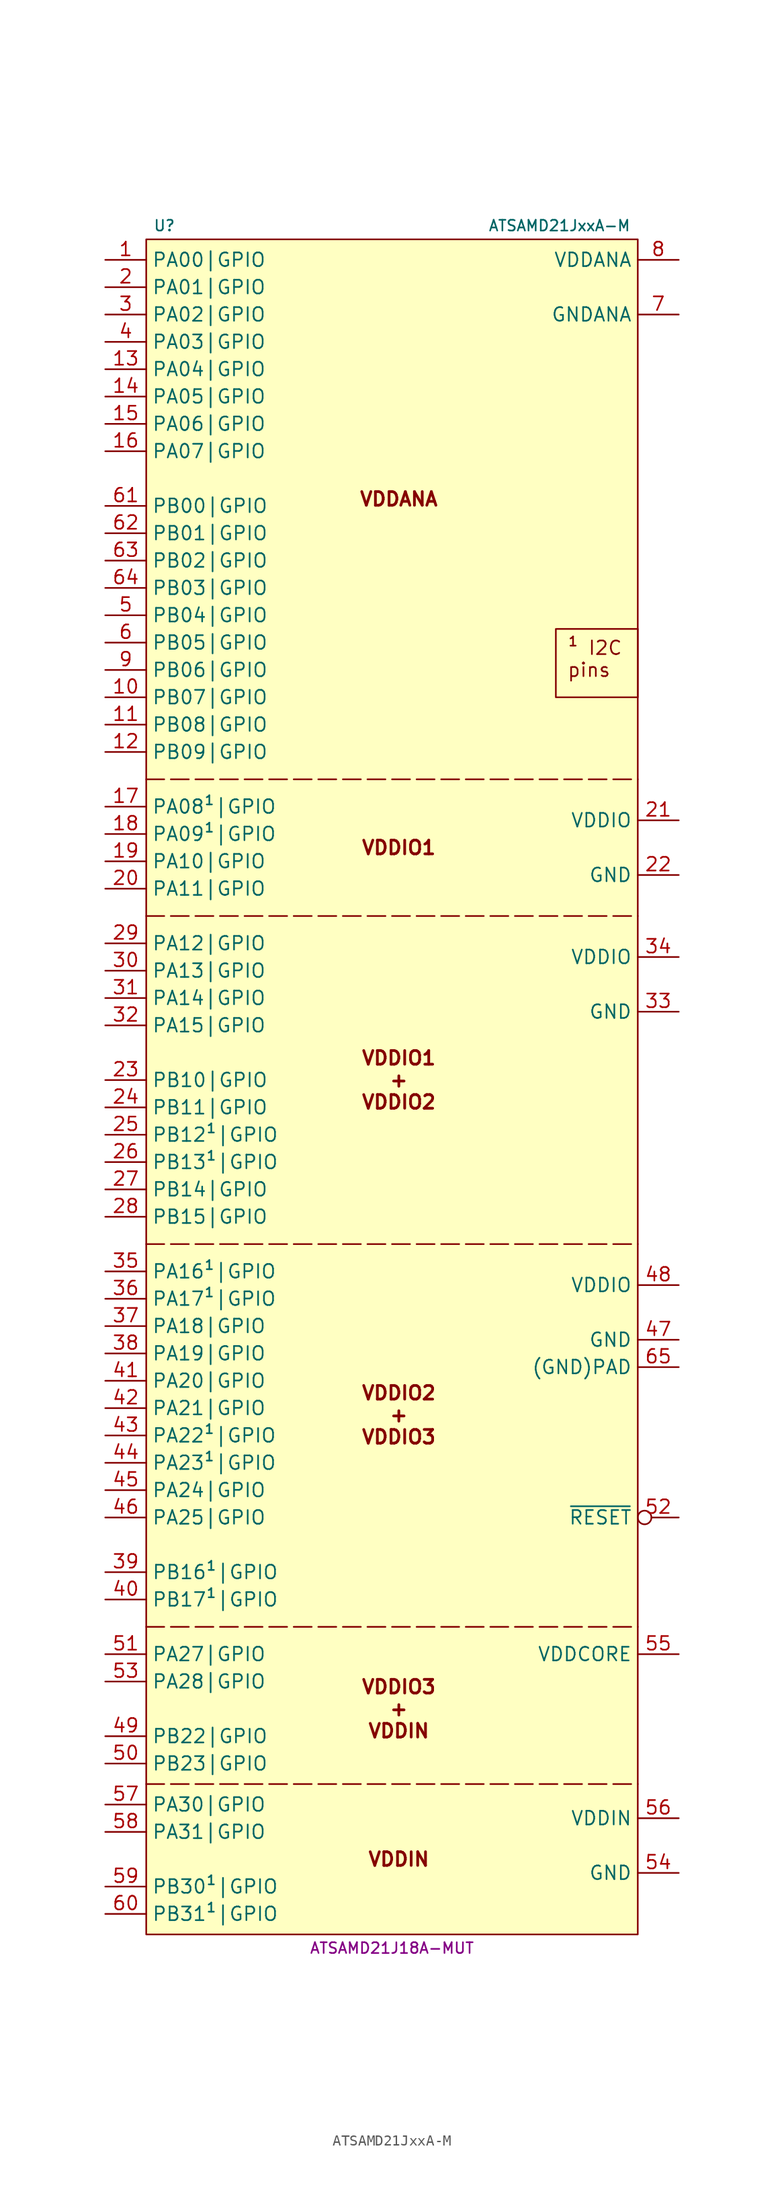
<source format=kicad_sym>
(kicad_symbol_lib
  (version 20231120)
  (generator "kicad_symbol_editor")
  (generator_version "8.0")
  (symbol "ATSAMD21JxxA-M"
    (property "Reference" "U"
      (at -22.225 75.565 0)
      (do_not_autoplace)
      (effects (font (size 1 1)) (justify left)))
    (property "Value" "ATSAMD21JxxA-M"
      (at 22.225 75.565 0)
      (do_not_autoplace)
      (effects (font (size 1 1)) (justify right)))
    (property "MPN" "ATSAMD21J18A-MUT"
      (at 0 -84.455 0)
      (do_not_autoplace)
      (effects (font (size 1 1))))
    (symbol "ATSAMD21JxxA-M_0_1"
      (rectangle (start -22.86 74.295) (end 22.86 -83.185) (stroke (width 0.152) (type default)) (fill (type background))))
    (symbol "ATSAMD21JxxA-M_1_1"
      (polyline (pts (xy -22.86 -69.215) (xy 22.86 -69.215)) (stroke (width 0) (type dash)) (fill (type none)))
      (polyline (pts (xy -22.86 -54.61) (xy 22.86 -54.61)) (stroke (width 0) (type dash)) (fill (type none)))
      (polyline (pts (xy -22.86 -19.05) (xy 22.86 -19.05)) (stroke (width 0) (type dash)) (fill (type none)))
      (polyline (pts (xy -22.86 11.43) (xy 22.86 11.43)) (stroke (width 0) (type dash)) (fill (type none)))
      (polyline (pts (xy -22.86 24.13) (xy 22.86 24.13)) (stroke (width 0) (type dash)) (fill (type none)))
      (text "VDDANA" (at 0.635 50.165 0) (effects (font (size 1.27 1.27) (bold yes))))
      (text "VDDIN" (at 0.635 -76.2 0) (effects (font (size 1.27 1.27) (bold yes))))
      (text "VDDIO1" (at 0.635 17.78 0) (effects (font (size 1.27 1.27) (bold yes))))
      (text "VDDIO1\n+\nVDDIO2" (at 0.635 -3.81 0) (effects (font (size 1.27 1.27) (bold yes))))
      (text "VDDIO2\n+\nVDDIO3" (at 0.635 -34.925 0) (effects (font (size 1.27 1.27) (bold yes))))
      (text "VDDIO3\n+\nVDDIN" (at 0.635 -62.23 0) (effects (font (size 1.27 1.27) (bold yes))))
      (text_box "¹ I2C pins" (at 15.24 38.1 0) (size 7.62 -6.35) (stroke (width 0) (type default)) (fill (type none)) (effects (font (size 1.27 1.27)) (justify left top)))
      (pin tri_state line (at -26.67 72.39 0) (length 3.81) (name "PA00|GPIO" (effects (font (size 1.27 1.27)))) (number "1" (effects (font (size 1.27 1.27)))) (alternate "PA00|A:EXTINT.0" input line) (alternate "PA00|D0:SERCOM1.MI/SI" input line) (alternate "PA00|D0:SERCOM1.MO/SO" output line) (alternate "PA00|D0:SERCOM1.RX" input line) (alternate "PA00|D0:SERCOM1.TX" output line) (alternate "PA00|D2:SERCOM1.TX" output line) (alternate "PA00|D3:SERCOM1.MO/SO" output line) (alternate "PA00|D:SERCOM1.PAD0" bidirectional line) (alternate "PA00|E:TCC2.WO0" output line) (alternate "XIN32" input clock))
      (pin tri_state line (at -26.67 31.75 0) (length 3.81) (name "PB07|GPIO" (effects (font (size 1.27 1.27)))) (number "10" (effects (font (size 1.27 1.27)))) (alternate "PB07|A:EXTINT.7" input line) (alternate "PB07|B:ADC.IN15" input line) (alternate "PB07|B:PTC.Y13" bidirectional line))
      (pin tri_state line (at -26.67 29.21 0) (length 3.81) (name "PB08|GPIO" (effects (font (size 1.27 1.27)))) (number "11" (effects (font (size 1.27 1.27)))) (alternate "PB08|A:EXTINT.8" input line) (alternate "PB08|B:ADC.IN2" input line) (alternate "PB08|B:PTC.Y14" bidirectional line) (alternate "PB08|D0:SERCOM4.MI/SI" input line) (alternate "PB08|D0:SERCOM4.MO/SO" output line) (alternate "PB08|D0:SERCOM4.RX" input line) (alternate "PB08|D0:SERCOM4.TX" output line) (alternate "PB08|D2:SERCOM4.TX" output line) (alternate "PB08|D3:SERCOM4.MO/SO" output line) (alternate "PB08|D:SERCOM4.PAD0" bidirectional line) (alternate "PB08|E:TC4.WO0" output line) (alternate "PB08|F:TCC3.WO6" output line))
      (pin tri_state line (at -26.67 26.67 0) (length 3.81) (name "PB09|GPIO" (effects (font (size 1.27 1.27)))) (number "12" (effects (font (size 1.27 1.27)))) (alternate "PB09|A:EXTINT.9" input line) (alternate "PB09|B:ADC.IN3" input line) (alternate "PB09|B:PTC.Y15" bidirectional line) (alternate "PB09|D0:SERCOM4.SCK" bidirectional clock) (alternate "PB09|D0:SERCOM4.XCK" bidirectional clock) (alternate "PB09|D1:SERCOM4.MI/SI" input line) (alternate "PB09|D1:SERCOM4.RX" input line) (alternate "PB09|D1:SERCOM4.~{SS}" bidirectional inverted) (alternate "PB09|D2:SERCOM4.SCK" bidirectional clock) (alternate "PB09|D3:SERCOM4.~{SS}" bidirectional inverted) (alternate "PB09|D:SERCOM4.PAD1" bidirectional line) (alternate "PB09|E:TC4.WO1" output line) (alternate "PB09|F:TCC3.WO7" output line))
      (pin tri_state line (at -26.67 62.23 0) (length 3.81) (name "PA04|GPIO" (effects (font (size 1.27 1.27)))) (number "13" (effects (font (size 1.27 1.27)))) (alternate "PA04|A:EXTINT.4" input line) (alternate "PA04|B:AC.IN0" input line) (alternate "PA04|B:ADC.IN4" input line) (alternate "PA04|B:ADC.VREFB" input line) (alternate "PA04|B:PTC.Y2" bidirectional line) (alternate "PA04|D0:SERCOM0.MI/SI" input line) (alternate "PA04|D0:SERCOM0.MO/SO" output line) (alternate "PA04|D0:SERCOM0.RX" input line) (alternate "PA04|D0:SERCOM0.TX" output line) (alternate "PA04|D2:SERCOM0.TX" output line) (alternate "PA04|D3:SERCOM0.MO/SO" output line) (alternate "PA04|D:SERCOM0.PAD0" bidirectional line) (alternate "PA04|E:TCC0.WO0" output line) (alternate "PA04|F:TCC3.WO2" output line))
      (pin tri_state line (at -26.67 59.69 0) (length 3.81) (name "PA05|GPIO" (effects (font (size 1.27 1.27)))) (number "14" (effects (font (size 1.27 1.27)))) (alternate "PA05|A:EXTINT.5" input line) (alternate "PA05|B:AC.IN1" input line) (alternate "PA05|B:ADC.IN5" input line) (alternate "PA05|B:PTC.Y3" bidirectional line) (alternate "PA05|D0:SERCOM0.SCK" bidirectional clock) (alternate "PA05|D0:SERCOM0.XCK" bidirectional clock) (alternate "PA05|D1:SERCOM0.MI/SI" input line) (alternate "PA05|D1:SERCOM0.RX" input line) (alternate "PA05|D1:SERCOM0.~{SS}" bidirectional inverted) (alternate "PA05|D2:SERCOM0.SCK" bidirectional clock) (alternate "PA05|D3:SERCOM0.~{SS}" bidirectional inverted) (alternate "PA05|D:SERCOM0.PAD1" bidirectional line))
      (pin tri_state line (at -26.67 57.15 0) (length 3.81) (name "PA06|GPIO" (effects (font (size 1.27 1.27)))) (number "15" (effects (font (size 1.27 1.27)))) (alternate "PA06|A:EXTINT.6" input line) (alternate "PA06|B:AC.IN2" input line) (alternate "PA06|B:ADC.IN6" input line) (alternate "PA06|D0:SERCOM0.~{SS}" bidirectional inverted) (alternate "PA06|D1:SERCOM0.MO/SO" output line) (alternate "PA06|D1:SERCOM0.TX" output line) (alternate "PA06|D2:SERCOM0.MI/SI" input line) (alternate "PA06|D2:SERCOM0.RX" input line) (alternate "PA06|D2:SERCOM0.~{RTS}" output inverted) (alternate "PA06|D2:SERCOM0.~{SS}" bidirectional inverted) (alternate "PA06|D:SERCOM0.PAD2" bidirectional line))
      (pin tri_state line (at -26.67 54.61 0) (length 3.81) (name "PA07|GPIO" (effects (font (size 1.27 1.27)))) (number "16" (effects (font (size 1.27 1.27)))) (alternate "PA07|A:EXTINT.7" input line) (alternate "PA07|B:AC.IN3" input line) (alternate "PA07|B:ADC.IN7" input line) (alternate "PA07|B:PTC.Y5" bidirectional line) (alternate "PA07|D1:SERCOM0.SCK" bidirectional clock) (alternate "PA07|D1:SERCOM0.XCK" bidirectional clock) (alternate "PA07|D2:SERCOM0.MO/SO" output line) (alternate "PA07|D2:SERCOM0.~{CTS}" input inverted) (alternate "PA07|D3:SERCOM0.MI/SI" input line) (alternate "PA07|D3:SERCOM0.RX" input line) (alternate "PA07|D3:SERCOM0.SCK" bidirectional clock) (alternate "PA07|D:SERCOM0.PAD3" bidirectional line) (alternate "PA07|E:TCC1.WO1" output line) (alternate "PA07|F:TCC3.WO5" output line) (alternate "PA07|G:I2S.SD0" bidirectional line))
      (pin tri_state line (at -26.67 21.59 0) (length 3.81) (name "PA08¹|GPIO" (effects (font (size 1.27 1.27)))) (number "17" (effects (font (size 1.27 1.27)))) (alternate "PA08¹|A:NMI" input line) (alternate "PA08¹|B:ADC.IN16" input line) (alternate "PA08¹|B:PTC.X0" input line) (alternate "PA08¹|C0:SERCOM0.MI/SI" input line) (alternate "PA08¹|C0:SERCOM0.MO/SO" output line) (alternate "PA08¹|C0:SERCOM0.RX" input line) (alternate "PA08¹|C0:SERCOM0.TX" output line) (alternate "PA08¹|C2:SERCOM0.MO/SO" output line) (alternate "PA08¹|C2:SERCOM0.TX" output line) (alternate "PA08¹|C:SERCOM0.PAD0" bidirectional line) (alternate "PA08¹|C:SERCOM0.SDA" open_collector line) (alternate "PA08¹|D0:SERCOM2.MI/SI" input line) (alternate "PA08¹|D0:SERCOM2.MO/SO" output line) (alternate "PA08¹|D0:SERCOM2.RX" input line) (alternate "PA08¹|D0:SERCOM2.TX" output line) (alternate "PA08¹|D2:SERCOM2.MO/SO" output line) (alternate "PA08¹|D2:SERCOM2.TX" output line) (alternate "PA08¹|D:SERCOM2.PAD0" bidirectional line) (alternate "PA08¹|D:SERCOM2.SDA" open_collector line) (alternate "PA08¹|E:TCC0.WO0" output line) (alternate "PA08¹|F:TCC1.WO2" bidirectional line) (alternate "PA08¹|G:I2S.SD1" bidirectional line))
      (pin tri_state line (at -26.67 19.05 0) (length 3.81) (name "PA09¹|GPIO" (effects (font (size 1.27 1.27)))) (number "18" (effects (font (size 1.27 1.27)))) (alternate "PA09¹|A:EXTINT.9" input line) (alternate "PA09¹|B:ADC.IN17" input line) (alternate "PA09¹|B:PTC.X1" input line) (alternate "PA09¹|C0:SERCOM0.SCK" bidirectional clock) (alternate "PA09¹|C0:SERCOM0.XCK" bidirectional clock) (alternate "PA09¹|C1:SERCOM0.MI/SI" input line) (alternate "PA09¹|C1:SERCOM0.RX" input line) (alternate "PA09¹|C1:SERCOM0.~{SS}" bidirectional inverted) (alternate "PA09¹|C2:SERCOM0.SCK" bidirectional clock) (alternate "PA09¹|C3:SERCOM0.~{SS}" bidirectional inverted) (alternate "PA09¹|C:SERCOM0.PAD1" bidirectional line) (alternate "PA09¹|C:SERCOM0.SCL" open_collector clock) (alternate "PA09¹|D0:SERCOM2.SCK" bidirectional clock) (alternate "PA09¹|D0:SERCOM2.XCK" bidirectional clock) (alternate "PA09¹|D1:SERCOM2.MI/SI" input line) (alternate "PA09¹|D1:SERCOM2.RX" input line) (alternate "PA09¹|D1:SERCOM2.~{SS}" bidirectional inverted) (alternate "PA09¹|D2:SERCOM2.SCK" bidirectional clock) (alternate "PA09¹|D3:SERCOM2.~{SS}" bidirectional inverted) (alternate "PA09¹|D:SERCOM2.PAD1" bidirectional line) (alternate "PA09¹|D:SERCOM2.SCL" open_collector clock) (alternate "PA09¹|E:TCC0.WO1" output line) (alternate "PA09¹|F:TCC1.WO3" output line) (alternate "PA09¹|G:I2S.MCK0" bidirectional clock))
      (pin tri_state line (at -26.67 16.51 0) (length 3.81) (name "PA10|GPIO" (effects (font (size 1.27 1.27)))) (number "19" (effects (font (size 1.27 1.27)))) (alternate "PA10|A:EXTINT.10" input line) (alternate "PA10|B:ADC.IN18" input line) (alternate "PA10|B:PTC.X2" input line) (alternate "PA10|C0:SERCOM0.~{SS}" bidirectional inverted) (alternate "PA10|C1:SERCOM0.MO/SO" output line) (alternate "PA10|C1:SERCOM0.TX" output line) (alternate "PA10|C2:SERCOM0.MI/SI" input line) (alternate "PA10|C2:SERCOM0.RX" input line) (alternate "PA10|C2:SERCOM0.~{RTS}" output inverted) (alternate "PA10|C2:SERCOM0.~{SS}" bidirectional inverted) (alternate "PA10|C:SERCOM0.PAD2" bidirectional line) (alternate "PA10|D0:SERCOM2.~{SS}" bidirectional inverted) (alternate "PA10|D1:SERCOM2.MO/SO" output line) (alternate "PA10|D1:SERCOM2.TX" output line) (alternate "PA10|D2:SERCOM2.MI/SI" input line) (alternate "PA10|D2:SERCOM2.RX" input line) (alternate "PA10|D2:SERCOM2.~{RTS}" output inverted) (alternate "PA10|D2:SERCOM2.~{SS}" bidirectional inverted) (alternate "PA10|D:SERCOM2.PAD2" bidirectional line) (alternate "PA10|E:TCC0.WO2" output line) (alternate "PA10|F:TCC1.WO0" output line) (alternate "PA10|G:I2S.SCK0" bidirectional clock) (alternate "PA10|H:GCLK.IO4" bidirectional clock))
      (pin tri_state line (at -26.67 69.85 0) (length 3.81) (name "PA01|GPIO" (effects (font (size 1.27 1.27)))) (number "2" (effects (font (size 1.27 1.27)))) (alternate "PA01|A:EXTINT.1" input line) (alternate "PA01|D0:SERCOM1.SCK" bidirectional clock) (alternate "PA01|D0:SERCOM1.XCK" bidirectional clock) (alternate "PA01|D1:SERCOM1.MI/SI" input line) (alternate "PA01|D1:SERCOM1.RX" input line) (alternate "PA01|D1:SERCOM1.~{SS}" bidirectional inverted) (alternate "PA01|D2:SERCOM1.SCK" bidirectional clock) (alternate "PA01|D3:SERCOM1.~{SS}" bidirectional inverted) (alternate "PA01|D:SERCOM1.PAD1" bidirectional line) (alternate "PA01|E:TCC2.WO1" output line) (alternate "XOUT32" output clock))
      (pin tri_state line (at -26.67 13.97 0) (length 3.81) (name "PA11|GPIO" (effects (font (size 1.27 1.27)))) (number "20" (effects (font (size 1.27 1.27)))) (alternate "PA11|A:EXTINT.11" input line) (alternate "PA11|B:ADC.IN19" input line) (alternate "PA11|B:PTC.X3" input line) (alternate "PA11|C1:SERCOM0.SCK" bidirectional clock) (alternate "PA11|C1:SERCOM0.XCK" bidirectional clock) (alternate "PA11|C2:SERCOM0.MO/SO" output line) (alternate "PA11|C2:SERCOM0.~{CTS}" input inverted) (alternate "PA11|C3:SERCOM0.MI/SI" input line) (alternate "PA11|C3:SERCOM0.RX" input line) (alternate "PA11|C3:SERCOM0.SCK" bidirectional clock) (alternate "PA11|C:SERCOM0.PAD3" bidirectional line) (alternate "PA11|D1:SERCOM2.SCK" bidirectional clock) (alternate "PA11|D1:SERCOM2.XCK" bidirectional clock) (alternate "PA11|D2:SERCOM2.MO/SO" output line) (alternate "PA11|D2:SERCOM2.~{CTS}" input line) (alternate "PA11|D3:SERCOM2.MI/SI" input line) (alternate "PA11|D3:SERCOM2.RX" input line) (alternate "PA11|D3:SERCOM2.SCK" bidirectional clock) (alternate "PA11|D:SERCOM2.PAD3" bidirectional line) (alternate "PA11|E:TCC0.WO3" bidirectional line) (alternate "PA11|F:TCC1.WO1" bidirectional line) (alternate "PA11|G:I2S.FS0" bidirectional clock) (alternate "PA11|H:GCLK.IO5" bidirectional clock))
      (pin power_in line (at 26.67 20.32 180) (length 3.81) (name "VDDIO" (effects (font (size 1.27 1.27)))) (number "21" (effects (font (size 1.27 1.27)))))
      (pin power_in line (at 26.67 15.24 180) (length 3.81) (name "GND" (effects (font (size 1.27 1.27)))) (number "22" (effects (font (size 1.27 1.27)))))
      (pin tri_state line (at -26.67 -3.81 0) (length 3.81) (name "PB10|GPIO" (effects (font (size 1.27 1.27)))) (number "23" (effects (font (size 1.27 1.27)))) (alternate "PB10|A:EXTINT.10" input line) (alternate "PB10|D0:SERCOM4.~{SS}" bidirectional inverted) (alternate "PB10|D1:SERCOM4.MO/SO" output line) (alternate "PB10|D1:SERCOM4.TX" output line) (alternate "PB10|D2:SERCOM4.MI/SI" input line) (alternate "PB10|D2:SERCOM4.RX" input line) (alternate "PB10|D2:SERCOM4.~{RTS}" output inverted) (alternate "PB10|D2:SERCOM4.~{SS}" bidirectional inverted) (alternate "PB10|D:SERCOM4.PAD2" bidirectional line) (alternate "PB10|E:TC5.WO0" output line) (alternate "PB10|F:TCC0.WO4" output line) (alternate "PB10|G:I2S.MCK1" bidirectional clock) (alternate "PB10|H:GCLK.IO4" bidirectional clock))
      (pin tri_state line (at -26.67 -6.35 0) (length 3.81) (name "PB11|GPIO" (effects (font (size 1.27 1.27)))) (number "24" (effects (font (size 1.27 1.27)))) (alternate "PB11|A:EXTINT.11" input line) (alternate "PB11|D1:SERCOM4.SCK" bidirectional clock) (alternate "PB11|D1:SERCOM4.XCK" bidirectional clock) (alternate "PB11|D2:SERCOM4.MO/SO" output line) (alternate "PB11|D2:SERCOM4.~{CTS}" input inverted) (alternate "PB11|D3:SERCOM4.MI/SI" input line) (alternate "PB11|D3:SERCOM4.RX" input line) (alternate "PB11|D3:SERCOM4.SCK" bidirectional clock) (alternate "PB11|D:SERCOM4.PAD3" bidirectional line) (alternate "PB11|E:TC5.WO1" output line) (alternate "PB11|F:TCC0.WO5" output line) (alternate "PB11|G:I2S.SCK1" bidirectional clock) (alternate "PB11|H:GCLK.IO5" bidirectional clock))
      (pin tri_state line (at -26.67 -8.89 0) (length 3.81) (name "PB12¹|GPIO" (effects (font (size 1.27 1.27)))) (number "25" (effects (font (size 1.27 1.27)))) (alternate "PB12¹|A:EXTINT.12" input line) (alternate "PB12¹|B:PTC.X12" input line) (alternate "PB12¹|C0:SERCOM4.MI/SI" input line) (alternate "PB12¹|C0:SERCOM4.MO/SO" output line) (alternate "PB12¹|C0:SERCOM4.RX" input line) (alternate "PB12¹|C0:SERCOM4.TX" output line) (alternate "PB12¹|C2:SERCOM4.TX" output line) (alternate "PB12¹|C3:SERCOM4.MO/SO" output line) (alternate "PB12¹|C:SERCOM4.PAD0" bidirectional line) (alternate "PB12¹|C:SERCOM4.SDA" open_collector line) (alternate "PB12¹|E:TC4.WO0" output line) (alternate "PB12¹|F:TCC0.WO6" output line) (alternate "PB12¹|G:I2S.FS1" bidirectional clock) (alternate "PB12¹|H:GCLK.IO6" bidirectional clock))
      (pin tri_state line (at -26.67 -11.43 0) (length 3.81) (name "PB13¹|GPIO" (effects (font (size 1.27 1.27)))) (number "26" (effects (font (size 1.27 1.27)))) (alternate "PB13¹|A:EXTINT.13" input line) (alternate "PB13¹|B:PTC.X13" input line) (alternate "PB13¹|C0:SERCOM4.SCK" bidirectional clock) (alternate "PB13¹|C0:SERCOM4.XCK" bidirectional clock) (alternate "PB13¹|C1:SERCOM4.MI/SI" input line) (alternate "PB13¹|C1:SERCOM4.RX" input line) (alternate "PB13¹|C1:SERCOM4.~{SS}" bidirectional inverted) (alternate "PB13¹|C2:SERCOM4.SCK" bidirectional clock) (alternate "PB13¹|C3:SERCOM4.~{SS}" bidirectional inverted) (alternate "PB13¹|C:SERCOM4.PAD1" bidirectional line) (alternate "PB13¹|C:SERCOM4.SCL" open_collector clock) (alternate "PB13¹|E:TC4.WO1" output line) (alternate "PB13¹|F:TCC0.WO7" output line) (alternate "PB13¹|H:GCLK.IO7" bidirectional clock))
      (pin tri_state line (at -26.67 -13.97 0) (length 3.81) (name "PB14|GPIO" (effects (font (size 1.27 1.27)))) (number "27" (effects (font (size 1.27 1.27)))) (alternate "PB14|A:EXTINT.14" input line) (alternate "PB14|B:PTC.X14" input line) (alternate "PB14|C0:SERCOM4.~{SS}" bidirectional inverted) (alternate "PB14|C1:SERCOM4.MO/SO" output line) (alternate "PB14|C1:SERCOM4.TX" output line) (alternate "PB14|C2:SERCOM4.MI/SI" input line) (alternate "PB14|C2:SERCOM4.RX" input line) (alternate "PB14|C2:SERCOM4.~{RTS}" output inverted) (alternate "PB14|C2:SERCOM4.~{SS}" bidirectional inverted) (alternate "PB14|C:SERCOM4.PAD2" bidirectional line) (alternate "PB14|E:TC5.WO0" output line) (alternate "PB14|H:GCLK.IO0" bidirectional clock))
      (pin tri_state line (at -26.67 -16.51 0) (length 3.81) (name "PB15|GPIO" (effects (font (size 1.27 1.27)))) (number "28" (effects (font (size 1.27 1.27)))) (alternate "PB15|A:EXTINT.15" input line) (alternate "PB15|B:PTC.X15" input line) (alternate "PB15|C1:SERCOM4.SCK" bidirectional clock) (alternate "PB15|C1:SERCOM4.XCK" bidirectional clock) (alternate "PB15|C2:SERCOM4.MO/SO" output line) (alternate "PB15|C2:SERCOM4.~{CTS}" input inverted) (alternate "PB15|C3:SERCOM4.MI/SI" input line) (alternate "PB15|C3:SERCOM4.RX" input line) (alternate "PB15|C3:SERCOM4.SCK" bidirectional clock) (alternate "PB15|C:SERCOM4.PAD3" bidirectional line) (alternate "PB15|E:TC5.WO1" output line) (alternate "PB15|H:GCLK.IO1" bidirectional clock))
      (pin tri_state line (at -26.67 8.89 0) (length 3.81) (name "PA12|GPIO" (effects (font (size 1.27 1.27)))) (number "29" (effects (font (size 1.27 1.27)))) (alternate "PA12|A:EXTINT.12" input line) (alternate "PA12|C0:SERCOM2.MI/SI" input line) (alternate "PA12|C0:SERCOM2.MO/SO" output line) (alternate "PA12|C0:SERCOM2.RX" input line) (alternate "PA12|C0:SERCOM2.TX" output line) (alternate "PA12|C2:SERCOM2.TX" output line) (alternate "PA12|C3:SERCOM2.MO/SO" output line) (alternate "PA12|C:SERCOM2.PAD0" bidirectional line) (alternate "PA12|C:SERCOM2.SDA" open_collector line) (alternate "PA12|D0:SERCOM4.MI/SI" input line) (alternate "PA12|D0:SERCOM4.MO/SO" output line) (alternate "PA12|D0:SERCOM4.RX" input line) (alternate "PA12|D0:SERCOM4.TX" output line) (alternate "PA12|D2:SERCOM4.TX" output line) (alternate "PA12|D3:SERCOM4.MO/SO" output line) (alternate "PA12|D:SERCOM4.PAD0" bidirectional line) (alternate "PA12|D:SERCOM4.SDA" open_collector line) (alternate "PA12|E:TCC2.WO0" output line) (alternate "PA12|F:TCC0.WO6" output line) (alternate "PA12|H:AC.CMP0" output line))
      (pin tri_state line (at -26.67 67.31 0) (length 3.81) (name "PA02|GPIO" (effects (font (size 1.27 1.27)))) (number "3" (effects (font (size 1.27 1.27)))) (alternate "PA02|A:EXTINT.2" input line) (alternate "PA02|B:ADC.IN0" input line) (alternate "PA02|B:DAC.VOUT" output line) (alternate "PA02|B:PTC.Y0" bidirectional line) (alternate "PA02|F:TCC3.WO0" output line))
      (pin tri_state line (at -26.67 6.35 0) (length 3.81) (name "PA13|GPIO" (effects (font (size 1.27 1.27)))) (number "30" (effects (font (size 1.27 1.27)))) (alternate "PA13|A:EXTINT.13" input line) (alternate "PA13|C0:SERCOM2.SCK" bidirectional clock) (alternate "PA13|C0:SERCOM2.XCK" bidirectional clock) (alternate "PA13|C1:SERCOM2.MI/SI" input line) (alternate "PA13|C1:SERCOM2.RX" input line) (alternate "PA13|C1:SERCOM2.~{SS}" bidirectional inverted) (alternate "PA13|C2:SERCOM2.SCK" bidirectional clock) (alternate "PA13|C3:SERCOM2.~{SS}" bidirectional inverted) (alternate "PA13|C:SERCOM2.PAD1" bidirectional line) (alternate "PA13|C:SERCOM2.SCL" open_collector clock) (alternate "PA13|D0:SERCOM4.SCK" bidirectional clock) (alternate "PA13|D0:SERCOM4.XCK" bidirectional clock) (alternate "PA13|D1:SERCOM4.MI/SI" input line) (alternate "PA13|D1:SERCOM4.RX" input line) (alternate "PA13|D1:SERCOM4.~{SS}" bidirectional inverted) (alternate "PA13|D2:SERCOM4.SCK" bidirectional clock) (alternate "PA13|D3:SERCOM4.~{SS}" bidirectional inverted) (alternate "PA13|D:SERCOM4.PAD1" bidirectional line) (alternate "PA13|D:SERCOM4.SCL" open_collector clock) (alternate "PA13|E:TCC2.WO1" output line) (alternate "PA13|F:TCC0.WO7" output line) (alternate "PA13|H:AC.CMP1" output line))
      (pin tri_state line (at -26.67 3.81 0) (length 3.81) (name "PA14|GPIO" (effects (font (size 1.27 1.27)))) (number "31" (effects (font (size 1.27 1.27)))) (alternate "PA14|A:EXTINT.14" input line) (alternate "PA14|C0:SERCOM2.~{SS}" bidirectional inverted) (alternate "PA14|C1:SERCOM2.MO/SO" output line) (alternate "PA14|C1:SERCOM2.TX" output line) (alternate "PA14|C2:SERCOM2.MI/SI" input line) (alternate "PA14|C2:SERCOM2.RX" input line) (alternate "PA14|C2:SERCOM2.~{RTS}" output inverted) (alternate "PA14|C2:SERCOM2.~{SS}" bidirectional inverted) (alternate "PA14|C:SERCOM2.PAD2" bidirectional line) (alternate "PA14|D0:SERCOM4.~{SS}" bidirectional inverted) (alternate "PA14|D1:SERCOM4.MO/SO" output line) (alternate "PA14|D1:SERCOM4.TX" output line) (alternate "PA14|D2:SERCOM4.MI/SI" input line) (alternate "PA14|D2:SERCOM4.RX" input line) (alternate "PA14|D2:SERCOM4.~{RTS}" output inverted) (alternate "PA14|D2:SERCOM4.~{SS}" bidirectional inverted) (alternate "PA14|D:SERCOM4.PAD2" bidirectional line) (alternate "PA14|E:TC3.WO0" output line) (alternate "PA14|F:TCC0.WO4" output line) (alternate "PA14|H:GCLK.IO0" bidirectional clock) (alternate "XIN" input clock))
      (pin tri_state line (at -26.67 1.27 0) (length 3.81) (name "PA15|GPIO" (effects (font (size 1.27 1.27)))) (number "32" (effects (font (size 1.27 1.27)))) (alternate "PA15|C1:SERCOM2.SCK" bidirectional clock) (alternate "PA15|C1:SERCOM2.XCK" bidirectional clock) (alternate "PA15|C2:SERCOM2.MO/SO" output line) (alternate "PA15|C2:SERCOM2.~{CTS}" input inverted) (alternate "PA15|C3:SERCOM2.MI/SI" input line) (alternate "PA15|C3:SERCOM2.RX" input line) (alternate "PA15|C3:SERCOM2.SCK" bidirectional clock) (alternate "PA15|C:SERCOM2.PAD3" bidirectional line) (alternate "PA15|D1:SERCOM4.SCK" bidirectional clock) (alternate "PA15|D1:SERCOM4.XCK" bidirectional clock) (alternate "PA15|D2:SERCOM4.MO/SO" output line) (alternate "PA15|D2:SERCOM4.~{CTS}" input inverted) (alternate "PA15|D3:SERCOM4.MI/SI" input line) (alternate "PA15|D3:SERCOM4.RX" input line) (alternate "PA15|D3:SERCOM4.SCK" bidirectional clock) (alternate "PA15|D:SERCOM4.PAD3" bidirectional line) (alternate "PA15|E:TC3.WO1" output line) (alternate "PA15|F:TCC0.WO5" output line) (alternate "PA15|H:GCLK.IO1" bidirectional clock) (alternate "XOUT" output clock))
      (pin power_in line (at 26.67 2.54 180) (length 3.81) (name "GND" (effects (font (size 1.27 1.27)))) (number "33" (effects (font (size 1.27 1.27)))))
      (pin power_in line (at 26.67 7.62 180) (length 3.81) (name "VDDIO" (effects (font (size 1.27 1.27)))) (number "34" (effects (font (size 1.27 1.27)))))
      (pin tri_state line (at -26.67 -21.59 0) (length 3.81) (name "PA16¹|GPIO" (effects (font (size 1.27 1.27)))) (number "35" (effects (font (size 1.27 1.27)))) (alternate "PA16¹|A:EXTINT.0" input line) (alternate "PA16¹|B:PTC.X4" input line) (alternate "PA16¹|C0:SERCOM1.MI/SI" input line) (alternate "PA16¹|C0:SERCOM1.MO/SO" output line) (alternate "PA16¹|C0:SERCOM1.RX" input line) (alternate "PA16¹|C0:SERCOM1.TX" output line) (alternate "PA16¹|C2:SERCOM1.TX" output line) (alternate "PA16¹|C3:SERCOM1.MO/SO" output line) (alternate "PA16¹|C:SERCOM1.PAD0" bidirectional line) (alternate "PA16¹|C:SERCOM1.SDA" open_collector line) (alternate "PA16¹|D0:SERCOM3.MI/SI" input line) (alternate "PA16¹|D0:SERCOM3.MO/SO" output line) (alternate "PA16¹|D0:SERCOM3.RX" input line) (alternate "PA16¹|D0:SERCOM3.TX" output line) (alternate "PA16¹|D2:SERCOM3.TX" output line) (alternate "PA16¹|D3:SERCOM3.MO/SO" output line) (alternate "PA16¹|D:SERCOM3.PAD0" bidirectional line) (alternate "PA16¹|D:SERCOM3.SDA" open_collector line) (alternate "PA16¹|E:TCC2.WO0" output line) (alternate "PA16¹|F:TCC0.WO6" output line) (alternate "PA16¹|H:GCLK.IO2" bidirectional clock))
      (pin tri_state line (at -26.67 -24.13 0) (length 3.81) (name "PA17¹|GPIO" (effects (font (size 1.27 1.27)))) (number "36" (effects (font (size 1.27 1.27)))) (alternate "PA17¹|A:EXTINT.1" input line) (alternate "PA17¹|B:PTC.X5" input line) (alternate "PA17¹|C0:SERCOM1.SCK" bidirectional clock) (alternate "PA17¹|C0:SERCOM1.XCK" output clock) (alternate "PA17¹|C1:SERCOM1.MI/SI" input line) (alternate "PA17¹|C1:SERCOM1.RX" input line) (alternate "PA17¹|C1:SERCOM1.~{SS}" bidirectional inverted) (alternate "PA17¹|C2:SERCOM1.SCK" bidirectional clock) (alternate "PA17¹|C3:SERCOM1.~{SS}" bidirectional inverted) (alternate "PA17¹|C:SERCOM1.PAD1" bidirectional line) (alternate "PA17¹|C:SERCOM1.SCL" open_collector clock) (alternate "PA17¹|D0:SERCOM3.SCK" bidirectional clock) (alternate "PA17¹|D0:SERCOM3.XCK" output clock) (alternate "PA17¹|D1:SERCOM3.MI/SI" input line) (alternate "PA17¹|D1:SERCOM3.RX" input line) (alternate "PA17¹|D1:SERCOM3.~{SS}" bidirectional inverted) (alternate "PA17¹|D2:SERCOM3.SCK" bidirectional clock) (alternate "PA17¹|D3:SERCOM3.~{SS}" bidirectional inverted) (alternate "PA17¹|D:SERCOM3.PAD1" bidirectional line) (alternate "PA17¹|D:SERCOM3.SCL" open_collector clock) (alternate "PA17¹|E:TCC2.WO1" output line) (alternate "PA17¹|F:TCC0.WO7" output line) (alternate "PA17¹|H:GCLK.IO3" bidirectional clock))
      (pin tri_state line (at -26.67 -26.67 0) (length 3.81) (name "PA18|GPIO" (effects (font (size 1.27 1.27)))) (number "37" (effects (font (size 1.27 1.27)))) (alternate "PA18|A:EXTINT.2" input line) (alternate "PA18|B:PTC.X6" input line) (alternate "PA18|C0:SERCOM1.~{SS}" bidirectional inverted) (alternate "PA18|C1:SERCOM1.MO/SO" output line) (alternate "PA18|C1:SERCOM1.TX" output line) (alternate "PA18|C2:SERCOM1.MI/SI" input line) (alternate "PA18|C2:SERCOM1.RX" input line) (alternate "PA18|C2:SERCOM1.~{RTS}" output inverted) (alternate "PA18|C2:SERCOM1.~{SS}" bidirectional inverted) (alternate "PA18|C:SERCOM1.PAD2" bidirectional line) (alternate "PA18|D0:SERCOM3.~{SS}" bidirectional inverted) (alternate "PA18|D1:SERCOM3.MO/SO" output line) (alternate "PA18|D1:SERCOM3.TX" output line) (alternate "PA18|D2:SERCOM3.MI/SI" input line) (alternate "PA18|D2:SERCOM3.RX" input line) (alternate "PA18|D2:SERCOM3.~{RTS}" output inverted) (alternate "PA18|D2:SERCOM3.~{SS}" bidirectional inverted) (alternate "PA18|D:SERCOM3.PAD2" bidirectional line) (alternate "PA18|E:TC3.WO0" output line) (alternate "PA18|F:TCC0.WO2" output line) (alternate "PA18|H:AC.COMP0" output line))
      (pin tri_state line (at -26.67 -29.21 0) (length 3.81) (name "PA19|GPIO" (effects (font (size 1.27 1.27)))) (number "38" (effects (font (size 1.27 1.27)))) (alternate "PA19|A:EXTINT.3" input line) (alternate "PA19|B:PTC.X7" input line) (alternate "PA19|C1:SERCOM1.SCK" bidirectional clock) (alternate "PA19|C1:SERCOM1.XCK" bidirectional clock) (alternate "PA19|C2:SERCOM1.MO/SO" output line) (alternate "PA19|C2:SERCOM1.~{CTS}" input inverted) (alternate "PA19|C3:SERCOM1.MI/SI" input line) (alternate "PA19|C3:SERCOM1.RX" input line) (alternate "PA19|C3:SERCOM1.SCK" bidirectional clock) (alternate "PA19|C:SERCOM1.PAD3" bidirectional line) (alternate "PA19|D1:SERCOM3.SCK" bidirectional clock) (alternate "PA19|D1:SERCOM3.XCK" bidirectional clock) (alternate "PA19|D2:SERCOM3.MO/SO" output line) (alternate "PA19|D2:SERCOM3.~{CTS}" input inverted) (alternate "PA19|D3:SERCOM3.MI/SI" input line) (alternate "PA19|D3:SERCOM3.RX" input line) (alternate "PA19|D3:SERCOM3.SCK" bidirectional clock) (alternate "PA19|D:SERCOM3.PAD3" bidirectional line) (alternate "PA19|E:TC3.WO3" output line) (alternate "PA19|F:TCC0.WO3" output line) (alternate "PA19|G:I2S.SD0" bidirectional line) (alternate "PA19|H:AC.CMP1" output line))
      (pin tri_state line (at -26.67 -49.53 0) (length 3.81) (name "PB16¹|GPIO" (effects (font (size 1.27 1.27)))) (number "39" (effects (font (size 1.27 1.27)))) (alternate "PB16¹|A:EXTINT.0" input line) (alternate "PB16¹|C0:SERCOM5.MI/SI" input line) (alternate "PB16¹|C0:SERCOM5.MO/SO" output line) (alternate "PB16¹|C0:SERCOM5.RX" input line) (alternate "PB16¹|C0:SERCOM5.TX" output line) (alternate "PB16¹|C2:SERCOM5.TX" output line) (alternate "PB16¹|C3:SERCOM5.MO/SO" output line) (alternate "PB16¹|C:SERCOM5.PAD0" bidirectional line) (alternate "PB16¹|C:SERCOM5.SDA" open_collector line) (alternate "PB16¹|E:TC6.WO0" output line) (alternate "PB16¹|F:TCC0.WO4" output line) (alternate "PB16¹|G:I2S.SD1" bidirectional line) (alternate "PB16¹|H:GCLK.IO2" bidirectional clock))
      (pin tri_state line (at -26.67 64.77 0) (length 3.81) (name "PA03|GPIO" (effects (font (size 1.27 1.27)))) (number "4" (effects (font (size 1.27 1.27)))) (alternate "PA03|A:EXTINT.3" input line) (alternate "PA03|B:ADC.IN1" input line) (alternate "PA03|B:ADC.VREFA" input line) (alternate "PA03|B:PTC.Y1" bidirectional line) (alternate "PA03|F:TCC3.WO1" output line))
      (pin tri_state line (at -26.67 -52.07 0) (length 3.81) (name "PB17¹|GPIO" (effects (font (size 1.27 1.27)))) (number "40" (effects (font (size 1.27 1.27)))) (alternate "PB17¹|A:EXTINT.1" input line) (alternate "PB17¹|C0:SERCOM5.SCK" bidirectional clock) (alternate "PB17¹|C0:SERCOM5.XCK" output clock) (alternate "PB17¹|C1:SERCOM5.MI/SI" input line) (alternate "PB17¹|C1:SERCOM5.RX" input line) (alternate "PB17¹|C1:SERCOM5.~{SS}" bidirectional inverted) (alternate "PB17¹|C2:SERCOM5.SCK" bidirectional clock) (alternate "PB17¹|C3:SERCOM5.~{SS}" bidirectional inverted) (alternate "PB17¹|C:SERCOM5.PAD1" bidirectional line) (alternate "PB17¹|C:SERCOM5.SCL" open_collector clock) (alternate "PB17¹|E:TC6.WO1" output line) (alternate "PB17¹|F:TCC0.WO5" output line) (alternate "PB17¹|G:I2S.MCK0" bidirectional clock) (alternate "PB17¹|H:GCLK.IO3" bidirectional clock))
      (pin tri_state line (at -26.67 -31.75 0) (length 3.81) (name "PA20|GPIO" (effects (font (size 1.27 1.27)))) (number "41" (effects (font (size 1.27 1.27)))) (alternate "PA20|A:EXTINT.4" input line) (alternate "PA20|B:PTC.X8" input line) (alternate "PA20|C0:SERCOM5.~{SS}" bidirectional inverted) (alternate "PA20|C1:SERCOM5.MO/SO" output line) (alternate "PA20|C1:SERCOM5.TX" output line) (alternate "PA20|C2:SERCOM5.MI/SI" input line) (alternate "PA20|C2:SERCOM5.RX" input line) (alternate "PA20|C2:SERCOM5.~{RTS}" output inverted) (alternate "PA20|C2:SERCOM5.~{SS}" bidirectional inverted) (alternate "PA20|C:SERCOM5.PAD2" bidirectional line) (alternate "PA20|D0:SERCOM3.~{SS}" bidirectional inverted) (alternate "PA20|D1:SERCOM3.MO/SO" output line) (alternate "PA20|D1:SERCOM3.TX" output line) (alternate "PA20|D2:SERCOM3.MI/SI" input line) (alternate "PA20|D2:SERCOM3.RX" input line) (alternate "PA20|D2:SERCOM3.~{RTS}" output inverted) (alternate "PA20|D2:SERCOM3.~{SS}" bidirectional inverted) (alternate "PA20|D:SERCOM3.PAD2" bidirectional line) (alternate "PA20|E:TC7.WO0" output line) (alternate "PA20|F:TCC0.WO6" output line) (alternate "PA20|G:I2S.SCK0" bidirectional clock) (alternate "PA20|H:GCLK.IO4" bidirectional clock))
      (pin tri_state line (at -26.67 -34.29 0) (length 3.81) (name "PA21|GPIO" (effects (font (size 1.27 1.27)))) (number "42" (effects (font (size 1.27 1.27)))) (alternate "PA21|A:EXTINT.5" input line) (alternate "PA21|B:PTC.X9" input line) (alternate "PA21|C1:SERCOM5.SCK" bidirectional clock) (alternate "PA21|C1:SERCOM5.XCK" bidirectional clock) (alternate "PA21|C2:SERCOM5.MO/SO" output line) (alternate "PA21|C2:SERCOM5.~{CTS}" input inverted) (alternate "PA21|C3:SERCOM5.MI/SI" input line) (alternate "PA21|C3:SERCOM5.RX" input line) (alternate "PA21|C3:SERCOM5.SCK" bidirectional clock) (alternate "PA21|C:SERCOM5.PAD3" bidirectional line) (alternate "PA21|D1:SERCOM3.SCK" bidirectional clock) (alternate "PA21|D1:SERCOM3.XCK" bidirectional clock) (alternate "PA21|D2:SERCOM3.MO/SO" output line) (alternate "PA21|D2:SERCOM3.~{CTS}" input inverted) (alternate "PA21|D3:SERCOM3.MI/SI" input line) (alternate "PA21|D3:SERCOM3.RX" input line) (alternate "PA21|D3:SERCOM3.SCK" bidirectional clock) (alternate "PA21|D:SERCOM3.PAD3" bidirectional line) (alternate "PA21|E:TC7.WO1" output line) (alternate "PA21|F:TCC0.WO7" output line) (alternate "PA21|G:I2S.FS0" bidirectional clock) (alternate "PA21|H:GCLK.IO5" bidirectional clock))
      (pin tri_state line (at -26.67 -36.83 0) (length 3.81) (name "PA22¹|GPIO" (effects (font (size 1.27 1.27)))) (number "43" (effects (font (size 1.27 1.27)))) (alternate "PA22¹|A:EXTINT.6" input line) (alternate "PA22¹|B:PTC.X10" input line) (alternate "PA22¹|C0:SERCOM3.MI/SI" input line) (alternate "PA22¹|C0:SERCOM3.MO/SO" output line) (alternate "PA22¹|C0:SERCOM3.RX" input line) (alternate "PA22¹|C0:SERCOM3.TX" output line) (alternate "PA22¹|C2:SERCOM3.TX" output line) (alternate "PA22¹|C3:SERCOM3.MO/SO" output line) (alternate "PA22¹|C:SERCOM3.PAD0" bidirectional line) (alternate "PA22¹|C:SERCOM3.SDA" open_collector line) (alternate "PA22¹|D0:SERCOM5.MI/SI" input line) (alternate "PA22¹|D0:SERCOM5.MO/SO" output line) (alternate "PA22¹|D0:SERCOM5.RX" input line) (alternate "PA22¹|D0:SERCOM5.TX" output line) (alternate "PA22¹|D2:SERCOM5.TX" output line) (alternate "PA22¹|D3:SERCOM5.MO/SO" output line) (alternate "PA22¹|D:SERCOM5.PAD0" bidirectional line) (alternate "PA22¹|D:SERCOM5.SDA" open_collector line) (alternate "PA22¹|E:TC4.WO0" output line) (alternate "PA22¹|F:TCC0.WO4" output line) (alternate "PA22¹|H:GCLK.IO6" bidirectional clock))
      (pin tri_state line (at -26.67 -39.37 0) (length 3.81) (name "PA23¹|GPIO" (effects (font (size 1.27 1.27)))) (number "44" (effects (font (size 1.27 1.27)))) (alternate "PA23¹|A:EXTINT.7" input line) (alternate "PA23¹|B:PTC.X11" input line) (alternate "PA23¹|C0:SERCOM3.SCK" bidirectional clock) (alternate "PA23¹|C0:SERCOM3.XCK" output clock) (alternate "PA23¹|C1:SERCOM3.MI/SI" input line) (alternate "PA23¹|C1:SERCOM3.RX" input line) (alternate "PA23¹|C1:SERCOM3.~{SS}" bidirectional inverted) (alternate "PA23¹|C2:SERCOM3.SCK" bidirectional clock) (alternate "PA23¹|C3:SERCOM3.~{SS}" bidirectional inverted) (alternate "PA23¹|C:SERCOM3.PAD1" bidirectional line) (alternate "PA23¹|C:SERCOM3.SCL" open_collector clock) (alternate "PA23¹|D0:SERCOM5.SCK" bidirectional clock) (alternate "PA23¹|D0:SERCOM5.XCK" output clock) (alternate "PA23¹|D1:SERCOM5.MI/SI" input line) (alternate "PA23¹|D1:SERCOM5.RX" input line) (alternate "PA23¹|D1:SERCOM5.~{SS}" bidirectional inverted) (alternate "PA23¹|D2:SERCOM5.SCK" bidirectional clock) (alternate "PA23¹|D3:SERCOM5.~{SS}" bidirectional inverted) (alternate "PA23¹|D:SERCOM5.PAD1" bidirectional line) (alternate "PA23¹|D:SERCOM5.SCL" open_collector clock) (alternate "PA23¹|E:TC4.WO1" output line) (alternate "PA23¹|F:TCC0.WO5" output line) (alternate "PA23¹|G:USB.SOF" output clock) (alternate "PA23¹|H:GCLK.IO7" bidirectional clock))
      (pin tri_state line (at -26.67 -41.91 0) (length 3.81) (name "PA24|GPIO" (effects (font (size 1.27 1.27)))) (number "45" (effects (font (size 1.27 1.27)))) (alternate "PA24|A:EXTINT.12" input line) (alternate "PA24|C0:SERCOM3.~{SS}" bidirectional inverted) (alternate "PA24|C1:SERCOM3.MO/SO" output line) (alternate "PA24|C1:SERCOM3.TX" output line) (alternate "PA24|C2:SERCOM3.MI/SI" input line) (alternate "PA24|C2:SERCOM3.RX" input line) (alternate "PA24|C2:SERCOM3.~{RTS}" output inverted) (alternate "PA24|C2:SERCOM3.~{SS}" bidirectional inverted) (alternate "PA24|C:SERCOM3.PAD2" bidirectional line) (alternate "PA24|D0:SERCOM5.~{SS}" bidirectional inverted) (alternate "PA24|D1:SERCOM5.MO/SO" output line) (alternate "PA24|D1:SERCOM5.TX" output line) (alternate "PA24|D2:SERCOM5.MI/SI" input line) (alternate "PA24|D2:SERCOM5.RX" input line) (alternate "PA24|D2:SERCOM5.~{RTS}" output inverted) (alternate "PA24|D2:SERCOM5.~{SS}" bidirectional inverted) (alternate "PA24|D:SERCOM5.PAD2" bidirectional line) (alternate "PA24|E:TC5.WO0" output line) (alternate "PA24|F:TCC1.WO2" output line) (alternate "PA24|G:USB.D-" bidirectional inverted))
      (pin tri_state line (at -26.67 -44.45 0) (length 3.81) (name "PA25|GPIO" (effects (font (size 1.27 1.27)))) (number "46" (effects (font (size 1.27 1.27)))) (alternate "PA25|A:EXTINT.13" input line) (alternate "PA25|C1:SERCOM3.SCK" bidirectional clock) (alternate "PA25|C1:SERCOM3.XCK" bidirectional clock) (alternate "PA25|C2:SERCOM3.MO/SO" output line) (alternate "PA25|C2:SERCOM3.~{CTS}" input inverted) (alternate "PA25|C3:SERCOM3.MI/SI" input line) (alternate "PA25|C3:SERCOM3.RX" input line) (alternate "PA25|C3:SERCOM3.SCK" bidirectional clock) (alternate "PA25|C:SERCOM3.PAD3" bidirectional line) (alternate "PA25|D1:SERCOM5.SCK" bidirectional clock) (alternate "PA25|D1:SERCOM5.XCK" bidirectional clock) (alternate "PA25|D2:SERCOM5.MO/SO" output line) (alternate "PA25|D2:SERCOM5.~{CTS}" input inverted) (alternate "PA25|D3:SERCOM5.MI/SI" input line) (alternate "PA25|D3:SERCOM5.RX" input line) (alternate "PA25|D3:SERCOM5.SCK" bidirectional clock) (alternate "PA25|D:SERCOM5.PAD3" bidirectional line) (alternate "PA25|E:TC5.WO1" output line) (alternate "PA25|F:TCC1.WO3" output line) (alternate "PA25|G:USB.D+" bidirectional line))
      (pin power_in line (at 26.67 -27.94 180) (length 3.81) (name "GND" (effects (font (size 1.27 1.27)))) (number "47" (effects (font (size 1.27 1.27)))))
      (pin power_in line (at 26.67 -22.86 180) (length 3.81) (name "VDDIO" (effects (font (size 1.27 1.27)))) (number "48" (effects (font (size 1.27 1.27)))))
      (pin tri_state line (at -26.67 -64.77 0) (length 3.81) (name "PB22|GPIO" (effects (font (size 1.27 1.27)))) (number "49" (effects (font (size 1.27 1.27)))) (alternate "PB22|A:EXTINT.6" input line) (alternate "PB22|D0:SERCOM5.~{SS}" bidirectional inverted) (alternate "PB22|D1:SERCOM5.MO/SO" output line) (alternate "PB22|D1:SERCOM5.TX" output line) (alternate "PB22|D2:SERCOM5.MI/SI" input line) (alternate "PB22|D2:SERCOM5.RX" input line) (alternate "PB22|D2:SERCOM5.~{RTS}" output inverted) (alternate "PB22|D2:SERCOM5.~{SS}" bidirectional inverted) (alternate "PB22|D:SERCOM5.PAD2" bidirectional line) (alternate "PB22|E:TC7.WO0" output line) (alternate "PB22|F:TCC3.WO0" output line) (alternate "PB22|H:GCLK.IO0" bidirectional clock))
      (pin tri_state line (at -26.67 39.37 0) (length 3.81) (name "PB04|GPIO" (effects (font (size 1.27 1.27)))) (number "5" (effects (font (size 1.27 1.27)))) (alternate "PB04|A:EXTINT.4" input line) (alternate "PB04|B:ADC.IN12" input line) (alternate "PB04|B:PTC.Y10" bidirectional line))
      (pin tri_state line (at -26.67 -67.31 0) (length 3.81) (name "PB23|GPIO" (effects (font (size 1.27 1.27)))) (number "50" (effects (font (size 1.27 1.27)))) (alternate "PB23|A:EXTINT.7" input line) (alternate "PB23|D1:SERCOM5.SCK" bidirectional clock) (alternate "PB23|D1:SERCOM5.XCK" bidirectional clock) (alternate "PB23|D2:SERCOM5.MO/SO" output line) (alternate "PB23|D2:SERCOM5.~{CTS}" input inverted) (alternate "PB23|D3:SERCOM5.MI/SI" input line) (alternate "PB23|D3:SERCOM5.RX" input line) (alternate "PB23|D3:SERCOM5.SCK" bidirectional clock) (alternate "PB23|D:SERCOM5.PAD3" bidirectional line) (alternate "PB23|E:TC7.WO1" output line) (alternate "PB23|F:TCC3.WO1" output line) (alternate "PB23|H:GCLK.IO1" bidirectional clock))
      (pin tri_state line (at -26.67 -57.15 0) (length 3.81) (name "PA27|GPIO" (effects (font (size 1.27 1.27)))) (number "51" (effects (font (size 1.27 1.27)))) (alternate "PA27|A:EXTINT.15" input line) (alternate "PA27|F:TCC3.WO6" output line) (alternate "PA27|H:GCLK.IO0" bidirectional clock))
      (pin input inverted (at 26.67 -44.45 180) (length 3.81) (name "~{RESET}" (effects (font (size 1.27 1.27)))) (number "52" (effects (font (size 1.27 1.27)))))
      (pin tri_state line (at -26.67 -59.69 0) (length 3.81) (name "PA28|GPIO" (effects (font (size 1.27 1.27)))) (number "53" (effects (font (size 1.27 1.27)))) (alternate "PA28|A:EXTINT.8" input line) (alternate "PA28|F:TCC3.WO7" output line) (alternate "PA28|H:GCLK.IO0" bidirectional clock))
      (pin power_in line (at 26.67 -77.47 180) (length 3.81) (name "GND" (effects (font (size 1.27 1.27)))) (number "54" (effects (font (size 1.27 1.27)))))
      (pin power_out line (at 26.67 -57.15 180) (length 3.81) (name "VDDCORE" (effects (font (size 1.27 1.27)))) (number "55" (effects (font (size 1.27 1.27)))))
      (pin power_in line (at 26.67 -72.39 180) (length 3.81) (name "VDDIN" (effects (font (size 1.27 1.27)))) (number "56" (effects (font (size 1.27 1.27)))))
      (pin tri_state line (at -26.67 -71.12 0) (length 3.81) (name "PA30|GPIO" (effects (font (size 1.27 1.27)))) (number "57" (effects (font (size 1.27 1.27)))) (alternate "PA30|D0:SERCOM1.~{SS}" bidirectional inverted) (alternate "PA30|D1:SERCOM1.MO/SO" output line) (alternate "PA30|D1:SERCOM1.TX" output line) (alternate "PA30|D2:SERCOM1.MI/SI" input line) (alternate "PA30|D2:SERCOM1.RX" input line) (alternate "PA30|D2:SERCOM1.~{RTS}" output inverted) (alternate "PA30|D2:SERCOM1.~{SS}" bidirectional inverted) (alternate "PA30|D:SERCOM1.PAD2" bidirectional line) (alternate "PA30|E:TCC1.WO0" output line) (alternate "PA30|F:TCC3.WO4" output line) (alternate "PA30|G:SWCLK" input clock) (alternate "PA30|H:GCLK.IO0" bidirectional clock))
      (pin tri_state line (at -26.67 -73.66 0) (length 3.81) (name "PA31|GPIO" (effects (font (size 1.27 1.27)))) (number "58" (effects (font (size 1.27 1.27)))) (alternate "PA31|A:EXTINT.11" input line) (alternate "PA31|D1:SERCOM1.SCK" bidirectional clock) (alternate "PA31|D1:SERCOM1.XCK" bidirectional clock) (alternate "PA31|D2:SERCOM1.MO/SO" output line) (alternate "PA31|D2:SERCOM1.~{CTS}" input inverted) (alternate "PA31|D3:SERCOM1.MI/SI" input line) (alternate "PA31|D3:SERCOM1.RX" input line) (alternate "PA31|D3:SERCOM1.SCK" bidirectional clock) (alternate "PA31|D:SERCOM1.PAD3" bidirectional line) (alternate "PA31|E:TCC1.WO1" output line) (alternate "PA31|F:TCC3.WO5" output line) (alternate "PA31|G:SWDIO" bidirectional line))
      (pin tri_state line (at -26.67 -78.74 0) (length 3.81) (name "PB30¹|GPIO" (effects (font (size 1.27 1.27)))) (number "59" (effects (font (size 1.27 1.27)))) (alternate "PB30¹|A:EXTINT.14" input line) (alternate "PB30¹|D0:SERCOM5.MI/SI" input line) (alternate "PB30¹|D0:SERCOM5.MO/SO" output line) (alternate "PB30¹|D0:SERCOM5.RX" input line) (alternate "PB30¹|D0:SERCOM5.TX" output line) (alternate "PB30¹|D2:SERCOM5.TX" output line) (alternate "PB30¹|D3:SERCOM5.MO/SO" output line) (alternate "PB30¹|D:SERCOM5.PAD0" bidirectional line) (alternate "PB30¹|D:SERCOM5.SDA" open_collector line) (alternate "PB30¹|E:TCC0.WO0" output line) (alternate "PB30¹|F:TCC1.WO2" output line))
      (pin tri_state line (at -26.67 36.83 0) (length 3.81) (name "PB05|GPIO" (effects (font (size 1.27 1.27)))) (number "6" (effects (font (size 1.27 1.27)))) (alternate "PB05|A:EXTINT.5" input line) (alternate "PB05|B:ADC.IN13" input line) (alternate "PB05|B:PTC.Y11" bidirectional line))
      (pin tri_state line (at -26.67 -81.28 0) (length 3.81) (name "PB31¹|GPIO" (effects (font (size 1.27 1.27)))) (number "60" (effects (font (size 1.27 1.27)))) (alternate "PB31¹|A:EXTINT.15" input line) (alternate "PB31¹|D0:SERCOM5.SCK" bidirectional clock) (alternate "PB31¹|D0:SERCOM5.XCK" output clock) (alternate "PB31¹|D1:SERCOM5.MI/SI" input line) (alternate "PB31¹|D1:SERCOM5.RX" input line) (alternate "PB31¹|D1:SERCOM5.~{SS}" bidirectional inverted) (alternate "PB31¹|D2:SERCOM5.SCK" bidirectional clock) (alternate "PB31¹|D3:SERCOM5.~{SS}" bidirectional inverted) (alternate "PB31¹|D:SERCOM5.PAD1" bidirectional line) (alternate "PB31¹|D:SERCOM5.SCL" open_collector clock) (alternate "PB31¹|E:TCC0.WO1" output line) (alternate "PB31¹|F:TCC1.WO3" output line))
      (pin tri_state line (at -26.67 49.53 0) (length 3.81) (name "PB00|GPIO" (effects (font (size 1.27 1.27)))) (number "61" (effects (font (size 1.27 1.27)))) (alternate "PB00|A:EXTINT.0" input line) (alternate "PB00|B:ADC.IN8" input line) (alternate "PB00|B:PTC.Y6" bidirectional line) (alternate "PB00|D0:SERCOM5.~{SS}" bidirectional inverted) (alternate "PB00|D1:SERCOM5.MO/SO" output line) (alternate "PB00|D1:SERCOM5.TX" output line) (alternate "PB00|D2:SERCOM5.MI/SI" input line) (alternate "PB00|D2:SERCOM5.RX" input line) (alternate "PB00|D2:SERCOM5.~{RTS}" output inverted) (alternate "PB00|D2:SERCOM5.~{SS}" bidirectional inverted) (alternate "PB00|D:SERCOM5.PAD2" bidirectional line) (alternate "PB00|E:TC7.WO0" output line))
      (pin tri_state line (at -26.67 46.99 0) (length 3.81) (name "PB01|GPIO" (effects (font (size 1.27 1.27)))) (number "62" (effects (font (size 1.27 1.27)))) (alternate "PB01|A:EXTINT.1" input line) (alternate "PB01|B:ADC.IN9" input line) (alternate "PB01|B:PTC.Y7" bidirectional line) (alternate "PB01|D1:SERCOM5.SCK" bidirectional clock) (alternate "PB01|D1:SERCOM5.XCK" bidirectional clock) (alternate "PB01|D2:SERCOM5.MO/SO" output line) (alternate "PB01|D2:SERCOM5.~{CTS}" input inverted) (alternate "PB01|D3:SERCOM5.MI/SI" input line) (alternate "PB01|D3:SERCOM5.RX" input line) (alternate "PB01|D3:SERCOM5.SCK" bidirectional clock) (alternate "PB01|D:SERCOM5.PAD3" bidirectional line) (alternate "PB01|E:TC7.WO1" output line))
      (pin tri_state line (at -26.67 44.45 0) (length 3.81) (name "PB02|GPIO" (effects (font (size 1.27 1.27)))) (number "63" (effects (font (size 1.27 1.27)))) (alternate "PB02|A:EXTINT.2" input line) (alternate "PB02|B:ADC.IN10" input line) (alternate "PB02|B:PTC.Y8" bidirectional line) (alternate "PB02|D0:SERCOM5.MI/SI" input line) (alternate "PB02|D0:SERCOM5.MO/SO" output line) (alternate "PB02|D0:SERCOM5.RX" input line) (alternate "PB02|D0:SERCOM5.TX" output line) (alternate "PB02|D2:SERCOM5.TX" output line) (alternate "PB02|D3:SERCOM5.MO/SO" output line) (alternate "PB02|D:SERCOM5.PAD0" bidirectional line) (alternate "PB02|E:TC6.WO0" output line) (alternate "PB02|F:TCC3.WO2" output line))
      (pin tri_state line (at -26.67 41.91 0) (length 3.81) (name "PB03|GPIO" (effects (font (size 1.27 1.27)))) (number "64" (effects (font (size 1.27 1.27)))) (alternate "PB03|A:EXTINT.3" input line) (alternate "PB03|B:ADC.IN11" input line) (alternate "PB03|B:PTC.Y9" bidirectional line) (alternate "PB03|D0:SERCOM5.SCK" bidirectional clock) (alternate "PB03|D0:SERCOM5.XCK" output clock) (alternate "PB03|D1:SERCOM5.MI/SI" input line) (alternate "PB03|D1:SERCOM5.RX" input line) (alternate "PB03|D1:SERCOM5.~{SS}" bidirectional inverted) (alternate "PB03|D2:SERCOM5.SCK" bidirectional clock) (alternate "PB03|D3:SERCOM5.~{SS}" bidirectional inverted) (alternate "PB03|D:SERCOM5.PAD1" bidirectional line) (alternate "PB03|E:TC6.WO1" output line) (alternate "PB03|F:TCC3.WO3" output line))
      (pin power_in line (at 26.67 -30.48 180) (length 3.81) (name "(GND)PAD" (effects (font (size 1.27 1.27)))) (number "65" (effects (font (size 1.27 1.27)))))
      (pin power_in line (at 26.67 67.31 180) (length 3.81) (name "GNDANA" (effects (font (size 1.27 1.27)))) (number "7" (effects (font (size 1.27 1.27)))))
      (pin power_in line (at 26.67 72.39 180) (length 3.81) (name "VDDANA" (effects (font (size 1.27 1.27)))) (number "8" (effects (font (size 1.27 1.27)))))
      (pin tri_state line (at -26.67 34.29 0) (length 3.81) (name "PB06|GPIO" (effects (font (size 1.27 1.27)))) (number "9" (effects (font (size 1.27 1.27)))) (alternate "PB06|A:EXTINT.6" input line) (alternate "PB06|B:ADC.IN14" input line) (alternate "PB06|B:PTC.Y12" bidirectional line)))))
</source>
